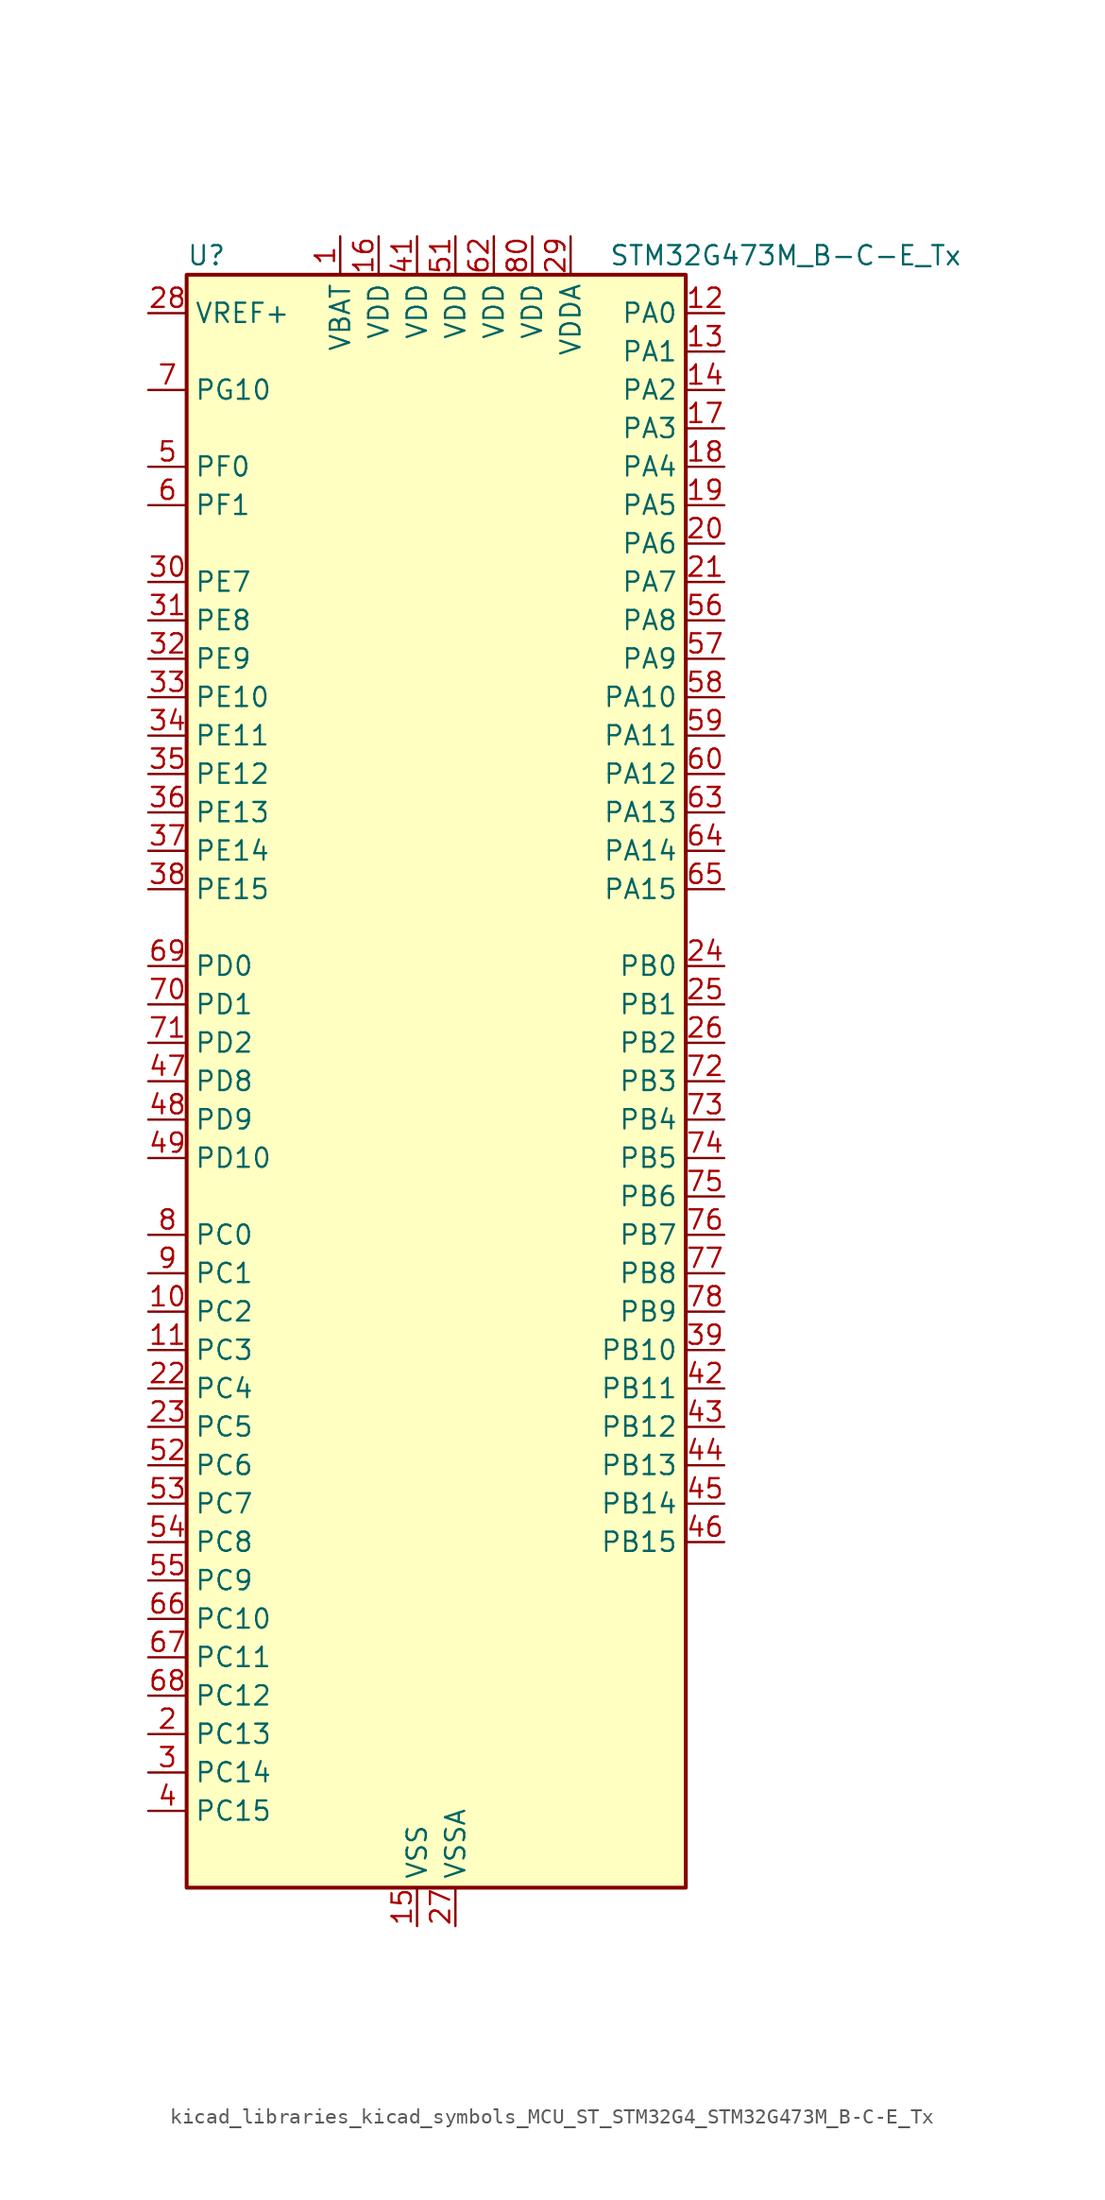
<source format=kicad_sym>
(kicad_symbol_lib
  (version 20220914)
  (generator kicad_symbol_editor)
  (symbol "kicad_libraries_kicad_symbols_MCU_ST_STM32G4_STM32G473M_B-C-E_Tx"
    (property "Reference" "U"
      (at -15.24 54.61 0)
      (effects (font (size 1.27 1.27)) (justify left)))
    (property "Value" "STM32G473M_B-C-E_Tx"
      (at 12.7 54.61 0)
      (effects (font (size 1.27 1.27)) (justify left)))
    (property "ki_locked" ""
      (at 0 0 0)
      (effects (font (size 1.27 1.27))))
    (symbol "kicad_libraries_kicad_symbols_MCU_ST_STM32G4_STM32G473M_B-C-E_Tx_0_1"
      (rectangle (start -15.24 -53.34) (end 17.78 53.34) (stroke (width 0.254) (type default)) (fill (type background))))
    (symbol "kicad_libraries_kicad_symbols_MCU_ST_STM32G4_STM32G473M_B-C-E_Tx_1_1"
      (pin power_in line (at -5.08 55.88 270) (length 2.54) (name "VBAT" (effects (font (size 1.27 1.27)))) (number "1" (effects (font (size 1.27 1.27)))))
      (pin bidirectional line (at -17.78 -15.24 0) (length 2.54) (name "PC2" (effects (font (size 1.27 1.27)))) (number "10" (effects (font (size 1.27 1.27)))) (alternate "ADC1_IN8" bidirectional line) (alternate "ADC2_IN8" bidirectional line) (alternate "ADC3_EXTI2" bidirectional line) (alternate "ADC4_EXTI2" bidirectional line) (alternate "ADC5_EXTI2" bidirectional line) (alternate "COMP3_OUT" bidirectional line) (alternate "LPTIM1_IN2" bidirectional line) (alternate "QUADSPI1_BK2_IO1" bidirectional line) (alternate "TIM1_CH3" bidirectional line) (alternate "TIM20_CH2" bidirectional line))
      (pin bidirectional line (at -17.78 -17.78 0) (length 2.54) (name "PC3" (effects (font (size 1.27 1.27)))) (number "11" (effects (font (size 1.27 1.27)))) (alternate "ADC1_IN9" bidirectional line) (alternate "ADC2_IN9" bidirectional line) (alternate "ADC3_EXTI3" bidirectional line) (alternate "ADC4_EXTI3" bidirectional line) (alternate "ADC5_EXTI3" bidirectional line) (alternate "LPTIM1_ETR" bidirectional line) (alternate "OPAMP5_VINP" bidirectional line) (alternate "OPAMP5_VINP_SEC" bidirectional line) (alternate "QUADSPI1_BK2_IO2" bidirectional line) (alternate "SAI1_D1" bidirectional line) (alternate "SAI1_SD_A" bidirectional line) (alternate "TIM1_BKIN2" bidirectional line) (alternate "TIM1_CH4" bidirectional line))
      (pin bidirectional line (at 20.32 50.8 180) (length 2.54) (name "PA0" (effects (font (size 1.27 1.27)))) (number "12" (effects (font (size 1.27 1.27)))) (alternate "ADC1_IN1" bidirectional line) (alternate "ADC2_IN1" bidirectional line) (alternate "COMP1_INM" bidirectional line) (alternate "COMP1_OUT" bidirectional line) (alternate "COMP3_INP" bidirectional line) (alternate "RTC_TAMP2" bidirectional line) (alternate "SYS_WKUP1" bidirectional line) (alternate "TIM2_CH1" bidirectional line) (alternate "TIM2_ETR" bidirectional line) (alternate "TIM5_CH1" bidirectional line) (alternate "TIM8_BKIN" bidirectional line) (alternate "TIM8_ETR" bidirectional line) (alternate "USART2_CTS" bidirectional line) (alternate "USART2_NSS" bidirectional line))
      (pin bidirectional line (at 20.32 48.26 180) (length 2.54) (name "PA1" (effects (font (size 1.27 1.27)))) (number "13" (effects (font (size 1.27 1.27)))) (alternate "ADC1_IN2" bidirectional line) (alternate "ADC2_IN2" bidirectional line) (alternate "COMP1_INP" bidirectional line) (alternate "OPAMP1_VINP" bidirectional line) (alternate "OPAMP1_VINP_SEC" bidirectional line) (alternate "OPAMP3_VINP" bidirectional line) (alternate "OPAMP3_VINP_SEC" bidirectional line) (alternate "OPAMP6_VINM" bidirectional line) (alternate "OPAMP6_VINM0" bidirectional line) (alternate "OPAMP6_VINM_SEC" bidirectional line) (alternate "RTC_REFIN" bidirectional line) (alternate "TIM15_CH1N" bidirectional line) (alternate "TIM2_CH2" bidirectional line) (alternate "TIM5_CH2" bidirectional line) (alternate "USART2_DE" bidirectional line) (alternate "USART2_RTS" bidirectional line))
      (pin bidirectional line (at 20.32 45.72 180) (length 2.54) (name "PA2" (effects (font (size 1.27 1.27)))) (number "14" (effects (font (size 1.27 1.27)))) (alternate "ADC1_IN3" bidirectional line) (alternate "ADC3_EXTI2" bidirectional line) (alternate "ADC4_EXTI2" bidirectional line) (alternate "ADC5_EXTI2" bidirectional line) (alternate "COMP2_INM" bidirectional line) (alternate "COMP2_OUT" bidirectional line) (alternate "LPUART1_TX" bidirectional line) (alternate "OPAMP1_VOUT" bidirectional line) (alternate "QUADSPI1_BK1_NCS" bidirectional line) (alternate "RCC_LSCO" bidirectional line) (alternate "SYS_WKUP4" bidirectional line) (alternate "TIM15_CH1" bidirectional line) (alternate "TIM2_CH3" bidirectional line) (alternate "TIM5_CH3" bidirectional line) (alternate "UCPD1_FRSTX1" bidirectional line) (alternate "UCPD1_FRSTX2" bidirectional line) (alternate "USART2_TX" bidirectional line))
      (pin power_in line (at 0 -55.88 90) (length 2.54) (name "VSS" (effects (font (size 1.27 1.27)))) (number "15" (effects (font (size 1.27 1.27)))))
      (pin power_in line (at -2.54 55.88 270) (length 2.54) (name "VDD" (effects (font (size 1.27 1.27)))) (number "16" (effects (font (size 1.27 1.27)))))
      (pin bidirectional line (at 20.32 43.18 180) (length 2.54) (name "PA3" (effects (font (size 1.27 1.27)))) (number "17" (effects (font (size 1.27 1.27)))) (alternate "ADC1_IN4" bidirectional line) (alternate "ADC3_EXTI3" bidirectional line) (alternate "ADC4_EXTI3" bidirectional line) (alternate "ADC5_EXTI3" bidirectional line) (alternate "COMP2_INP" bidirectional line) (alternate "LPUART1_RX" bidirectional line) (alternate "OPAMP1_VINM" bidirectional line) (alternate "OPAMP1_VINM0" bidirectional line) (alternate "OPAMP1_VINM_SEC" bidirectional line) (alternate "OPAMP1_VINP" bidirectional line) (alternate "OPAMP1_VINP_SEC" bidirectional line) (alternate "OPAMP5_VINM" bidirectional line) (alternate "OPAMP5_VINM1" bidirectional line) (alternate "OPAMP5_VINM_SEC" bidirectional line) (alternate "QUADSPI1_CLK" bidirectional line) (alternate "SAI1_CK1" bidirectional line) (alternate "SAI1_MCLK_A" bidirectional line) (alternate "TIM15_CH2" bidirectional line) (alternate "TIM2_CH4" bidirectional line) (alternate "TIM5_CH4" bidirectional line) (alternate "USART2_RX" bidirectional line))
      (pin bidirectional line (at 20.32 40.64 180) (length 2.54) (name "PA4" (effects (font (size 1.27 1.27)))) (number "18" (effects (font (size 1.27 1.27)))) (alternate "ADC2_IN17" bidirectional line) (alternate "COMP1_INM" bidirectional line) (alternate "DAC1_OUT1" bidirectional line) (alternate "I2S3_WS" bidirectional line) (alternate "SAI1_FS_B" bidirectional line) (alternate "SPI1_NSS" bidirectional line) (alternate "SPI3_NSS" bidirectional line) (alternate "TIM3_CH2" bidirectional line) (alternate "USART2_CK" bidirectional line))
      (pin bidirectional line (at 20.32 38.1 180) (length 2.54) (name "PA5" (effects (font (size 1.27 1.27)))) (number "19" (effects (font (size 1.27 1.27)))) (alternate "ADC2_IN13" bidirectional line) (alternate "COMP2_INM" bidirectional line) (alternate "DAC1_OUT2" bidirectional line) (alternate "OPAMP2_VINM" bidirectional line) (alternate "OPAMP2_VINM0" bidirectional line) (alternate "OPAMP2_VINM_SEC" bidirectional line) (alternate "SPI1_SCK" bidirectional line) (alternate "TIM2_CH1" bidirectional line) (alternate "TIM2_ETR" bidirectional line) (alternate "UCPD1_FRSTX1" bidirectional line) (alternate "UCPD1_FRSTX2" bidirectional line))
      (pin bidirectional line (at -17.78 -43.18 0) (length 2.54) (name "PC13" (effects (font (size 1.27 1.27)))) (number "2" (effects (font (size 1.27 1.27)))) (alternate "RTC_OUT1" bidirectional line) (alternate "RTC_TAMP1" bidirectional line) (alternate "RTC_TS" bidirectional line) (alternate "SYS_WKUP2" bidirectional line) (alternate "TIM1_BKIN" bidirectional line) (alternate "TIM1_CH1N" bidirectional line) (alternate "TIM8_CH4N" bidirectional line))
      (pin bidirectional line (at 20.32 35.56 180) (length 2.54) (name "PA6" (effects (font (size 1.27 1.27)))) (number "20" (effects (font (size 1.27 1.27)))) (alternate "ADC2_IN3" bidirectional line) (alternate "COMP1_OUT" bidirectional line) (alternate "DAC2_OUT1" bidirectional line) (alternate "LPUART1_CTS" bidirectional line) (alternate "OPAMP2_VOUT" bidirectional line) (alternate "QUADSPI1_BK1_IO3" bidirectional line) (alternate "SPI1_MISO" bidirectional line) (alternate "TIM16_CH1" bidirectional line) (alternate "TIM1_BKIN" bidirectional line) (alternate "TIM3_CH1" bidirectional line) (alternate "TIM8_BKIN" bidirectional line))
      (pin bidirectional line (at 20.32 33.02 180) (length 2.54) (name "PA7" (effects (font (size 1.27 1.27)))) (number "21" (effects (font (size 1.27 1.27)))) (alternate "ADC2_IN4" bidirectional line) (alternate "COMP2_INP" bidirectional line) (alternate "COMP2_OUT" bidirectional line) (alternate "OPAMP1_VINP" bidirectional line) (alternate "OPAMP1_VINP_SEC" bidirectional line) (alternate "OPAMP2_VINP" bidirectional line) (alternate "OPAMP2_VINP_SEC" bidirectional line) (alternate "QUADSPI1_BK1_IO2" bidirectional line) (alternate "SPI1_MOSI" bidirectional line) (alternate "TIM17_CH1" bidirectional line) (alternate "TIM1_CH1N" bidirectional line) (alternate "TIM3_CH2" bidirectional line) (alternate "TIM8_CH1N" bidirectional line) (alternate "UCPD1_FRSTX1" bidirectional line) (alternate "UCPD1_FRSTX2" bidirectional line))
      (pin bidirectional line (at -17.78 -20.32 0) (length 2.54) (name "PC4" (effects (font (size 1.27 1.27)))) (number "22" (effects (font (size 1.27 1.27)))) (alternate "ADC2_IN5" bidirectional line) (alternate "I2C2_SCL" bidirectional line) (alternate "QUADSPI1_BK2_IO3" bidirectional line) (alternate "TIM1_ETR" bidirectional line) (alternate "USART1_TX" bidirectional line))
      (pin bidirectional line (at -17.78 -22.86 0) (length 2.54) (name "PC5" (effects (font (size 1.27 1.27)))) (number "23" (effects (font (size 1.27 1.27)))) (alternate "ADC2_IN11" bidirectional line) (alternate "OPAMP1_VINM" bidirectional line) (alternate "OPAMP1_VINM1" bidirectional line) (alternate "OPAMP1_VINM_SEC" bidirectional line) (alternate "OPAMP2_VINM" bidirectional line) (alternate "OPAMP2_VINM1" bidirectional line) (alternate "OPAMP2_VINM_SEC" bidirectional line) (alternate "SAI1_D3" bidirectional line) (alternate "SYS_WKUP5" bidirectional line) (alternate "TIM15_BKIN" bidirectional line) (alternate "TIM1_CH4N" bidirectional line) (alternate "USART1_RX" bidirectional line))
      (pin bidirectional line (at 20.32 7.62 180) (length 2.54) (name "PB0" (effects (font (size 1.27 1.27)))) (number "24" (effects (font (size 1.27 1.27)))) (alternate "ADC1_IN15" bidirectional line) (alternate "ADC3_IN12" bidirectional line) (alternate "COMP4_INP" bidirectional line) (alternate "OPAMP2_VINP" bidirectional line) (alternate "OPAMP2_VINP_SEC" bidirectional line) (alternate "OPAMP3_VINP" bidirectional line) (alternate "OPAMP3_VINP_SEC" bidirectional line) (alternate "QUADSPI1_BK1_IO1" bidirectional line) (alternate "TIM1_CH2N" bidirectional line) (alternate "TIM3_CH3" bidirectional line) (alternate "TIM8_CH2N" bidirectional line) (alternate "UCPD1_FRSTX1" bidirectional line) (alternate "UCPD1_FRSTX2" bidirectional line))
      (pin bidirectional line (at 20.32 5.08 180) (length 2.54) (name "PB1" (effects (font (size 1.27 1.27)))) (number "25" (effects (font (size 1.27 1.27)))) (alternate "ADC1_IN12" bidirectional line) (alternate "ADC3_IN1" bidirectional line) (alternate "COMP1_INP" bidirectional line) (alternate "COMP4_OUT" bidirectional line) (alternate "LPUART1_DE" bidirectional line) (alternate "LPUART1_RTS" bidirectional line) (alternate "OPAMP3_VOUT" bidirectional line) (alternate "OPAMP6_VINM" bidirectional line) (alternate "OPAMP6_VINM1" bidirectional line) (alternate "OPAMP6_VINM_SEC" bidirectional line) (alternate "QUADSPI1_BK1_IO0" bidirectional line) (alternate "TIM1_CH3N" bidirectional line) (alternate "TIM3_CH4" bidirectional line) (alternate "TIM8_CH3N" bidirectional line))
      (pin bidirectional line (at 20.32 2.54 180) (length 2.54) (name "PB2" (effects (font (size 1.27 1.27)))) (number "26" (effects (font (size 1.27 1.27)))) (alternate "ADC2_IN12" bidirectional line) (alternate "ADC3_EXTI2" bidirectional line) (alternate "ADC4_EXTI2" bidirectional line) (alternate "ADC5_EXTI2" bidirectional line) (alternate "COMP4_INM" bidirectional line) (alternate "I2C3_SMBA" bidirectional line) (alternate "LPTIM1_OUT" bidirectional line) (alternate "OPAMP3_VINM" bidirectional line) (alternate "OPAMP3_VINM0" bidirectional line) (alternate "OPAMP3_VINM_SEC" bidirectional line) (alternate "QUADSPI1_BK2_IO1" bidirectional line) (alternate "RTC_OUT2" bidirectional line) (alternate "TIM20_CH1" bidirectional line) (alternate "TIM5_CH1" bidirectional line))
      (pin power_in line (at 2.54 -55.88 90) (length 2.54) (name "VSSA" (effects (font (size 1.27 1.27)))) (number "27" (effects (font (size 1.27 1.27)))))
      (pin input line (at -17.78 50.8 0) (length 2.54) (name "VREF+" (effects (font (size 1.27 1.27)))) (number "28" (effects (font (size 1.27 1.27)))) (alternate "VREFBUF_OUT" bidirectional line))
      (pin power_in line (at 10.16 55.88 270) (length 2.54) (name "VDDA" (effects (font (size 1.27 1.27)))) (number "29" (effects (font (size 1.27 1.27)))))
      (pin bidirectional line (at -17.78 -45.72 0) (length 2.54) (name "PC14" (effects (font (size 1.27 1.27)))) (number "3" (effects (font (size 1.27 1.27)))) (alternate "RCC_OSC32_IN" bidirectional line))
      (pin bidirectional line (at -17.78 33.02 0) (length 2.54) (name "PE7" (effects (font (size 1.27 1.27)))) (number "30" (effects (font (size 1.27 1.27)))) (alternate "ADC3_IN4" bidirectional line) (alternate "COMP4_INP" bidirectional line) (alternate "SAI1_SD_B" bidirectional line) (alternate "TIM1_ETR" bidirectional line))
      (pin bidirectional line (at -17.78 30.48 0) (length 2.54) (name "PE8" (effects (font (size 1.27 1.27)))) (number "31" (effects (font (size 1.27 1.27)))) (alternate "ADC3_IN6" bidirectional line) (alternate "ADC4_IN6" bidirectional line) (alternate "ADC5_IN6" bidirectional line) (alternate "COMP4_INM" bidirectional line) (alternate "SAI1_SCK_B" bidirectional line) (alternate "TIM1_CH1N" bidirectional line) (alternate "TIM5_CH3" bidirectional line))
      (pin bidirectional line (at -17.78 27.94 0) (length 2.54) (name "PE9" (effects (font (size 1.27 1.27)))) (number "32" (effects (font (size 1.27 1.27)))) (alternate "ADC3_IN2" bidirectional line) (alternate "DAC1_EXTI9" bidirectional line) (alternate "DAC2_EXTI9" bidirectional line) (alternate "DAC3_EXTI9" bidirectional line) (alternate "DAC4_EXTI9" bidirectional line) (alternate "SAI1_FS_B" bidirectional line) (alternate "TIM1_CH1" bidirectional line) (alternate "TIM5_CH4" bidirectional line))
      (pin bidirectional line (at -17.78 25.4 0) (length 2.54) (name "PE10" (effects (font (size 1.27 1.27)))) (number "33" (effects (font (size 1.27 1.27)))) (alternate "ADC3_IN14" bidirectional line) (alternate "ADC4_IN14" bidirectional line) (alternate "ADC5_IN14" bidirectional line) (alternate "DAC1_EXTI10" bidirectional line) (alternate "DAC2_EXTI10" bidirectional line) (alternate "DAC3_EXTI10" bidirectional line) (alternate "DAC4_EXTI10" bidirectional line) (alternate "QUADSPI1_CLK" bidirectional line) (alternate "SAI1_MCLK_B" bidirectional line) (alternate "TIM1_CH2N" bidirectional line))
      (pin bidirectional line (at -17.78 22.86 0) (length 2.54) (name "PE11" (effects (font (size 1.27 1.27)))) (number "34" (effects (font (size 1.27 1.27)))) (alternate "ADC1_EXTI11" bidirectional line) (alternate "ADC2_EXTI11" bidirectional line) (alternate "ADC3_IN15" bidirectional line) (alternate "ADC4_IN15" bidirectional line) (alternate "ADC5_IN15" bidirectional line) (alternate "QUADSPI1_BK1_NCS" bidirectional line) (alternate "SPI4_NSS" bidirectional line) (alternate "TIM1_CH2" bidirectional line))
      (pin bidirectional line (at -17.78 20.32 0) (length 2.54) (name "PE12" (effects (font (size 1.27 1.27)))) (number "35" (effects (font (size 1.27 1.27)))) (alternate "ADC3_IN16" bidirectional line) (alternate "ADC4_IN16" bidirectional line) (alternate "ADC5_IN16" bidirectional line) (alternate "QUADSPI1_BK1_IO0" bidirectional line) (alternate "SPI4_SCK" bidirectional line) (alternate "TIM1_CH3N" bidirectional line))
      (pin bidirectional line (at -17.78 17.78 0) (length 2.54) (name "PE13" (effects (font (size 1.27 1.27)))) (number "36" (effects (font (size 1.27 1.27)))) (alternate "ADC3_IN3" bidirectional line) (alternate "QUADSPI1_BK1_IO1" bidirectional line) (alternate "SPI4_MISO" bidirectional line) (alternate "TIM1_CH3" bidirectional line))
      (pin bidirectional line (at -17.78 15.24 0) (length 2.54) (name "PE14" (effects (font (size 1.27 1.27)))) (number "37" (effects (font (size 1.27 1.27)))) (alternate "ADC4_IN1" bidirectional line) (alternate "QUADSPI1_BK1_IO2" bidirectional line) (alternate "SPI4_MOSI" bidirectional line) (alternate "TIM1_BKIN2" bidirectional line) (alternate "TIM1_CH4" bidirectional line))
      (pin bidirectional line (at -17.78 12.7 0) (length 2.54) (name "PE15" (effects (font (size 1.27 1.27)))) (number "38" (effects (font (size 1.27 1.27)))) (alternate "ADC1_EXTI15" bidirectional line) (alternate "ADC2_EXTI15" bidirectional line) (alternate "ADC4_IN2" bidirectional line) (alternate "QUADSPI1_BK1_IO3" bidirectional line) (alternate "TIM1_BKIN" bidirectional line) (alternate "TIM1_CH4N" bidirectional line) (alternate "USART3_RX" bidirectional line))
      (pin bidirectional line (at 20.32 -17.78 180) (length 2.54) (name "PB10" (effects (font (size 1.27 1.27)))) (number "39" (effects (font (size 1.27 1.27)))) (alternate "COMP5_INM" bidirectional line) (alternate "DAC1_EXTI10" bidirectional line) (alternate "DAC2_EXTI10" bidirectional line) (alternate "DAC3_EXTI10" bidirectional line) (alternate "DAC4_EXTI10" bidirectional line) (alternate "LPUART1_RX" bidirectional line) (alternate "OPAMP3_VINM" bidirectional line) (alternate "OPAMP3_VINM1" bidirectional line) (alternate "OPAMP3_VINM_SEC" bidirectional line) (alternate "OPAMP4_VINM" bidirectional line) (alternate "OPAMP4_VINM0" bidirectional line) (alternate "OPAMP4_VINM_SEC" bidirectional line) (alternate "QUADSPI1_CLK" bidirectional line) (alternate "SAI1_SCK_A" bidirectional line) (alternate "TIM1_BKIN" bidirectional line) (alternate "TIM2_CH3" bidirectional line) (alternate "USART3_TX" bidirectional line))
      (pin bidirectional line (at -17.78 -48.26 0) (length 2.54) (name "PC15" (effects (font (size 1.27 1.27)))) (number "4" (effects (font (size 1.27 1.27)))) (alternate "ADC1_EXTI15" bidirectional line) (alternate "ADC2_EXTI15" bidirectional line) (alternate "RCC_OSC32_OUT" bidirectional line))
      (pin passive line (at 0 -55.88 90) (length 2.54) hide (name "VSS" (effects (font (size 1.27 1.27)))) (number "40" (effects (font (size 1.27 1.27)))))
      (pin power_in line (at 0 55.88 270) (length 2.54) (name "VDD" (effects (font (size 1.27 1.27)))) (number "41" (effects (font (size 1.27 1.27)))))
      (pin bidirectional line (at 20.32 -20.32 180) (length 2.54) (name "PB11" (effects (font (size 1.27 1.27)))) (number "42" (effects (font (size 1.27 1.27)))) (alternate "ADC1_EXTI11" bidirectional line) (alternate "ADC1_IN14" bidirectional line) (alternate "ADC2_EXTI11" bidirectional line) (alternate "ADC2_IN14" bidirectional line) (alternate "COMP6_INP" bidirectional line) (alternate "LPUART1_TX" bidirectional line) (alternate "OPAMP4_VINP" bidirectional line) (alternate "OPAMP4_VINP_SEC" bidirectional line) (alternate "OPAMP6_VOUT" bidirectional line) (alternate "QUADSPI1_BK1_NCS" bidirectional line) (alternate "TIM2_CH4" bidirectional line) (alternate "USART3_RX" bidirectional line))
      (pin bidirectional line (at 20.32 -22.86 180) (length 2.54) (name "PB12" (effects (font (size 1.27 1.27)))) (number "43" (effects (font (size 1.27 1.27)))) (alternate "ADC1_IN11" bidirectional line) (alternate "ADC4_IN3" bidirectional line) (alternate "COMP7_INM" bidirectional line) (alternate "FDCAN2_RX" bidirectional line) (alternate "I2C2_SMBA" bidirectional line) (alternate "I2S2_WS" bidirectional line) (alternate "LPUART1_DE" bidirectional line) (alternate "LPUART1_RTS" bidirectional line) (alternate "OPAMP4_VOUT" bidirectional line) (alternate "OPAMP6_VINP" bidirectional line) (alternate "OPAMP6_VINP_SEC" bidirectional line) (alternate "SPI2_NSS" bidirectional line) (alternate "TIM1_BKIN" bidirectional line) (alternate "TIM5_ETR" bidirectional line) (alternate "USART3_CK" bidirectional line))
      (pin bidirectional line (at 20.32 -25.4 180) (length 2.54) (name "PB13" (effects (font (size 1.27 1.27)))) (number "44" (effects (font (size 1.27 1.27)))) (alternate "ADC3_IN5" bidirectional line) (alternate "COMP5_INP" bidirectional line) (alternate "FDCAN2_TX" bidirectional line) (alternate "I2S2_CK" bidirectional line) (alternate "LPUART1_CTS" bidirectional line) (alternate "OPAMP3_VINP" bidirectional line) (alternate "OPAMP3_VINP_SEC" bidirectional line) (alternate "OPAMP4_VINP" bidirectional line) (alternate "OPAMP4_VINP_SEC" bidirectional line) (alternate "OPAMP6_VINP" bidirectional line) (alternate "OPAMP6_VINP_SEC" bidirectional line) (alternate "SPI2_SCK" bidirectional line) (alternate "TIM1_CH1N" bidirectional line) (alternate "USART3_CTS" bidirectional line) (alternate "USART3_NSS" bidirectional line))
      (pin bidirectional line (at 20.32 -27.94 180) (length 2.54) (name "PB14" (effects (font (size 1.27 1.27)))) (number "45" (effects (font (size 1.27 1.27)))) (alternate "ADC1_IN5" bidirectional line) (alternate "ADC4_IN4" bidirectional line) (alternate "COMP4_OUT" bidirectional line) (alternate "COMP7_INP" bidirectional line) (alternate "OPAMP2_VINP" bidirectional line) (alternate "OPAMP2_VINP_SEC" bidirectional line) (alternate "OPAMP5_VINP" bidirectional line) (alternate "OPAMP5_VINP_SEC" bidirectional line) (alternate "SPI2_MISO" bidirectional line) (alternate "TIM15_CH1" bidirectional line) (alternate "TIM1_CH2N" bidirectional line) (alternate "USART3_DE" bidirectional line) (alternate "USART3_RTS" bidirectional line))
      (pin bidirectional line (at 20.32 -30.48 180) (length 2.54) (name "PB15" (effects (font (size 1.27 1.27)))) (number "46" (effects (font (size 1.27 1.27)))) (alternate "ADC1_EXTI15" bidirectional line) (alternate "ADC2_EXTI15" bidirectional line) (alternate "ADC2_IN15" bidirectional line) (alternate "ADC4_IN5" bidirectional line) (alternate "COMP3_OUT" bidirectional line) (alternate "COMP6_INM" bidirectional line) (alternate "I2S2_SD" bidirectional line) (alternate "OPAMP5_VINM" bidirectional line) (alternate "OPAMP5_VINM0" bidirectional line) (alternate "OPAMP5_VINM_SEC" bidirectional line) (alternate "RTC_REFIN" bidirectional line) (alternate "SPI2_MOSI" bidirectional line) (alternate "TIM15_CH1N" bidirectional line) (alternate "TIM15_CH2" bidirectional line) (alternate "TIM1_CH3N" bidirectional line))
      (pin bidirectional line (at -17.78 0 0) (length 2.54) (name "PD8" (effects (font (size 1.27 1.27)))) (number "47" (effects (font (size 1.27 1.27)))) (alternate "ADC4_IN12" bidirectional line) (alternate "ADC5_IN12" bidirectional line) (alternate "OPAMP4_VINM" bidirectional line) (alternate "OPAMP4_VINM1" bidirectional line) (alternate "OPAMP4_VINM_SEC" bidirectional line) (alternate "USART3_TX" bidirectional line))
      (pin bidirectional line (at -17.78 -2.54 0) (length 2.54) (name "PD9" (effects (font (size 1.27 1.27)))) (number "48" (effects (font (size 1.27 1.27)))) (alternate "ADC4_IN13" bidirectional line) (alternate "ADC5_IN13" bidirectional line) (alternate "DAC1_EXTI9" bidirectional line) (alternate "DAC2_EXTI9" bidirectional line) (alternate "DAC3_EXTI9" bidirectional line) (alternate "DAC4_EXTI9" bidirectional line) (alternate "OPAMP6_VINP" bidirectional line) (alternate "OPAMP6_VINP_SEC" bidirectional line) (alternate "USART3_RX" bidirectional line))
      (pin bidirectional line (at -17.78 -5.08 0) (length 2.54) (name "PD10" (effects (font (size 1.27 1.27)))) (number "49" (effects (font (size 1.27 1.27)))) (alternate "ADC3_IN7" bidirectional line) (alternate "ADC4_IN7" bidirectional line) (alternate "ADC5_IN7" bidirectional line) (alternate "COMP6_INM" bidirectional line) (alternate "DAC1_EXTI10" bidirectional line) (alternate "DAC2_EXTI10" bidirectional line) (alternate "DAC3_EXTI10" bidirectional line) (alternate "DAC4_EXTI10" bidirectional line) (alternate "USART3_CK" bidirectional line))
      (pin bidirectional line (at -17.78 40.64 0) (length 2.54) (name "PF0" (effects (font (size 1.27 1.27)))) (number "5" (effects (font (size 1.27 1.27)))) (alternate "ADC1_IN10" bidirectional line) (alternate "I2C2_SDA" bidirectional line) (alternate "I2S2_WS" bidirectional line) (alternate "RCC_OSC_IN" bidirectional line) (alternate "SPI2_NSS" bidirectional line) (alternate "TIM1_CH3N" bidirectional line))
      (pin passive line (at 0 -55.88 90) (length 2.54) hide (name "VSS" (effects (font (size 1.27 1.27)))) (number "50" (effects (font (size 1.27 1.27)))))
      (pin power_in line (at 2.54 55.88 270) (length 2.54) (name "VDD" (effects (font (size 1.27 1.27)))) (number "51" (effects (font (size 1.27 1.27)))))
      (pin bidirectional line (at -17.78 -25.4 0) (length 2.54) (name "PC6" (effects (font (size 1.27 1.27)))) (number "52" (effects (font (size 1.27 1.27)))) (alternate "COMP6_OUT" bidirectional line) (alternate "I2C4_SCL" bidirectional line) (alternate "I2S2_MCK" bidirectional line) (alternate "TIM3_CH1" bidirectional line) (alternate "TIM8_CH1" bidirectional line))
      (pin bidirectional line (at -17.78 -27.94 0) (length 2.54) (name "PC7" (effects (font (size 1.27 1.27)))) (number "53" (effects (font (size 1.27 1.27)))) (alternate "COMP5_OUT" bidirectional line) (alternate "I2C4_SDA" bidirectional line) (alternate "I2S3_MCK" bidirectional line) (alternate "TIM3_CH2" bidirectional line) (alternate "TIM8_CH2" bidirectional line))
      (pin bidirectional line (at -17.78 -30.48 0) (length 2.54) (name "PC8" (effects (font (size 1.27 1.27)))) (number "54" (effects (font (size 1.27 1.27)))) (alternate "COMP7_OUT" bidirectional line) (alternate "I2C3_SCL" bidirectional line) (alternate "TIM20_CH3" bidirectional line) (alternate "TIM3_CH3" bidirectional line) (alternate "TIM8_CH3" bidirectional line))
      (pin bidirectional line (at -17.78 -33.02 0) (length 2.54) (name "PC9" (effects (font (size 1.27 1.27)))) (number "55" (effects (font (size 1.27 1.27)))) (alternate "DAC1_EXTI9" bidirectional line) (alternate "DAC2_EXTI9" bidirectional line) (alternate "DAC3_EXTI9" bidirectional line) (alternate "DAC4_EXTI9" bidirectional line) (alternate "I2C3_SDA" bidirectional line) (alternate "I2S_CKIN" bidirectional line) (alternate "TIM3_CH4" bidirectional line) (alternate "TIM8_BKIN2" bidirectional line) (alternate "TIM8_CH4" bidirectional line))
      (pin bidirectional line (at 20.32 30.48 180) (length 2.54) (name "PA8" (effects (font (size 1.27 1.27)))) (number "56" (effects (font (size 1.27 1.27)))) (alternate "ADC5_IN1" bidirectional line) (alternate "COMP7_OUT" bidirectional line) (alternate "FDCAN3_RX" bidirectional line) (alternate "I2C2_SDA" bidirectional line) (alternate "I2C3_SCL" bidirectional line) (alternate "I2S2_MCK" bidirectional line) (alternate "OPAMP5_VOUT" bidirectional line) (alternate "RCC_MCO" bidirectional line) (alternate "SAI1_CK2" bidirectional line) (alternate "SAI1_SCK_A" bidirectional line) (alternate "TIM1_CH1" bidirectional line) (alternate "TIM4_ETR" bidirectional line) (alternate "USART1_CK" bidirectional line))
      (pin bidirectional line (at 20.32 27.94 180) (length 2.54) (name "PA9" (effects (font (size 1.27 1.27)))) (number "57" (effects (font (size 1.27 1.27)))) (alternate "ADC5_IN2" bidirectional line) (alternate "COMP5_OUT" bidirectional line) (alternate "DAC1_EXTI9" bidirectional line) (alternate "DAC2_EXTI9" bidirectional line) (alternate "DAC3_EXTI9" bidirectional line) (alternate "DAC4_EXTI9" bidirectional line) (alternate "I2C2_SCL" bidirectional line) (alternate "I2C3_SMBA" bidirectional line) (alternate "I2S3_MCK" bidirectional line) (alternate "SAI1_FS_A" bidirectional line) (alternate "TIM15_BKIN" bidirectional line) (alternate "TIM1_CH2" bidirectional line) (alternate "TIM2_CH3" bidirectional line) (alternate "UCPD1_DBCC1" bidirectional line) (alternate "USART1_TX" bidirectional line))
      (pin bidirectional line (at 20.32 25.4 180) (length 2.54) (name "PA10" (effects (font (size 1.27 1.27)))) (number "58" (effects (font (size 1.27 1.27)))) (alternate "COMP6_OUT" bidirectional line) (alternate "CRS_SYNC" bidirectional line) (alternate "DAC1_EXTI10" bidirectional line) (alternate "DAC2_EXTI10" bidirectional line) (alternate "DAC3_EXTI10" bidirectional line) (alternate "DAC4_EXTI10" bidirectional line) (alternate "I2C2_SMBA" bidirectional line) (alternate "SAI1_D1" bidirectional line) (alternate "SAI1_SD_A" bidirectional line) (alternate "SPI2_MISO" bidirectional line) (alternate "TIM17_BKIN" bidirectional line) (alternate "TIM1_CH3" bidirectional line) (alternate "TIM2_CH4" bidirectional line) (alternate "TIM8_BKIN" bidirectional line) (alternate "UCPD1_DBCC2" bidirectional line) (alternate "USART1_RX" bidirectional line))
      (pin bidirectional line (at 20.32 22.86 180) (length 2.54) (name "PA11" (effects (font (size 1.27 1.27)))) (number "59" (effects (font (size 1.27 1.27)))) (alternate "ADC1_EXTI11" bidirectional line) (alternate "ADC2_EXTI11" bidirectional line) (alternate "COMP1_OUT" bidirectional line) (alternate "FDCAN1_RX" bidirectional line) (alternate "I2S2_SD" bidirectional line) (alternate "SPI2_MOSI" bidirectional line) (alternate "TIM1_BKIN2" bidirectional line) (alternate "TIM1_CH1N" bidirectional line) (alternate "TIM1_CH4" bidirectional line) (alternate "TIM4_CH1" bidirectional line) (alternate "USART1_CTS" bidirectional line) (alternate "USART1_NSS" bidirectional line) (alternate "USB_DM" bidirectional line))
      (pin bidirectional line (at -17.78 38.1 0) (length 2.54) (name "PF1" (effects (font (size 1.27 1.27)))) (number "6" (effects (font (size 1.27 1.27)))) (alternate "ADC2_IN10" bidirectional line) (alternate "COMP3_INM" bidirectional line) (alternate "I2S2_CK" bidirectional line) (alternate "RCC_OSC_OUT" bidirectional line) (alternate "SPI2_SCK" bidirectional line))
      (pin bidirectional line (at 20.32 20.32 180) (length 2.54) (name "PA12" (effects (font (size 1.27 1.27)))) (number "60" (effects (font (size 1.27 1.27)))) (alternate "COMP2_OUT" bidirectional line) (alternate "FDCAN1_TX" bidirectional line) (alternate "I2S_CKIN" bidirectional line) (alternate "TIM16_CH1" bidirectional line) (alternate "TIM1_CH2N" bidirectional line) (alternate "TIM1_ETR" bidirectional line) (alternate "TIM4_CH2" bidirectional line) (alternate "USART1_DE" bidirectional line) (alternate "USART1_RTS" bidirectional line) (alternate "USB_DP" bidirectional line))
      (pin passive line (at 0 -55.88 90) (length 2.54) hide (name "VSS" (effects (font (size 1.27 1.27)))) (number "61" (effects (font (size 1.27 1.27)))))
      (pin power_in line (at 5.08 55.88 270) (length 2.54) (name "VDD" (effects (font (size 1.27 1.27)))) (number "62" (effects (font (size 1.27 1.27)))))
      (pin bidirectional line (at 20.32 17.78 180) (length 2.54) (name "PA13" (effects (font (size 1.27 1.27)))) (number "63" (effects (font (size 1.27 1.27)))) (alternate "I2C1_SCL" bidirectional line) (alternate "I2C4_SCL" bidirectional line) (alternate "IR_OUT" bidirectional line) (alternate "SAI1_SD_B" bidirectional line) (alternate "SYS_JTMS-SWDIO" bidirectional line) (alternate "TIM16_CH1N" bidirectional line) (alternate "TIM4_CH3" bidirectional line) (alternate "USART3_CTS" bidirectional line) (alternate "USART3_NSS" bidirectional line))
      (pin bidirectional line (at 20.32 15.24 180) (length 2.54) (name "PA14" (effects (font (size 1.27 1.27)))) (number "64" (effects (font (size 1.27 1.27)))) (alternate "I2C1_SDA" bidirectional line) (alternate "I2C4_SMBA" bidirectional line) (alternate "LPTIM1_OUT" bidirectional line) (alternate "SAI1_FS_B" bidirectional line) (alternate "SYS_JTCK-SWCLK" bidirectional line) (alternate "TIM1_BKIN" bidirectional line) (alternate "TIM8_CH2" bidirectional line) (alternate "USART2_TX" bidirectional line))
      (pin bidirectional line (at 20.32 12.7 180) (length 2.54) (name "PA15" (effects (font (size 1.27 1.27)))) (number "65" (effects (font (size 1.27 1.27)))) (alternate "ADC1_EXTI15" bidirectional line) (alternate "ADC2_EXTI15" bidirectional line) (alternate "FDCAN3_TX" bidirectional line) (alternate "I2C1_SCL" bidirectional line) (alternate "I2S3_WS" bidirectional line) (alternate "SPI1_NSS" bidirectional line) (alternate "SPI3_NSS" bidirectional line) (alternate "SYS_JTDI" bidirectional line) (alternate "TIM1_BKIN" bidirectional line) (alternate "TIM2_CH1" bidirectional line) (alternate "TIM2_ETR" bidirectional line) (alternate "TIM8_CH1" bidirectional line) (alternate "UART4_DE" bidirectional line) (alternate "UART4_RTS" bidirectional line) (alternate "USART2_RX" bidirectional line))
      (pin bidirectional line (at -17.78 -35.56 0) (length 2.54) (name "PC10" (effects (font (size 1.27 1.27)))) (number "66" (effects (font (size 1.27 1.27)))) (alternate "DAC1_EXTI10" bidirectional line) (alternate "DAC2_EXTI10" bidirectional line) (alternate "DAC3_EXTI10" bidirectional line) (alternate "DAC4_EXTI10" bidirectional line) (alternate "I2S3_CK" bidirectional line) (alternate "SPI3_SCK" bidirectional line) (alternate "TIM8_CH1N" bidirectional line) (alternate "UART4_TX" bidirectional line) (alternate "USART3_TX" bidirectional line))
      (pin bidirectional line (at -17.78 -38.1 0) (length 2.54) (name "PC11" (effects (font (size 1.27 1.27)))) (number "67" (effects (font (size 1.27 1.27)))) (alternate "ADC1_EXTI11" bidirectional line) (alternate "ADC2_EXTI11" bidirectional line) (alternate "I2C3_SDA" bidirectional line) (alternate "SPI3_MISO" bidirectional line) (alternate "TIM8_CH2N" bidirectional line) (alternate "UART4_RX" bidirectional line) (alternate "USART3_RX" bidirectional line))
      (pin bidirectional line (at -17.78 -40.64 0) (length 2.54) (name "PC12" (effects (font (size 1.27 1.27)))) (number "68" (effects (font (size 1.27 1.27)))) (alternate "I2S3_SD" bidirectional line) (alternate "SPI3_MOSI" bidirectional line) (alternate "TIM5_CH2" bidirectional line) (alternate "TIM8_CH3N" bidirectional line) (alternate "UART5_TX" bidirectional line) (alternate "UCPD1_FRSTX1" bidirectional line) (alternate "UCPD1_FRSTX2" bidirectional line) (alternate "USART3_CK" bidirectional line))
      (pin bidirectional line (at -17.78 7.62 0) (length 2.54) (name "PD0" (effects (font (size 1.27 1.27)))) (number "69" (effects (font (size 1.27 1.27)))) (alternate "FDCAN1_RX" bidirectional line) (alternate "TIM8_CH4N" bidirectional line))
      (pin bidirectional line (at -17.78 45.72 0) (length 2.54) (name "PG10" (effects (font (size 1.27 1.27)))) (number "7" (effects (font (size 1.27 1.27)))) (alternate "DAC1_EXTI10" bidirectional line) (alternate "DAC2_EXTI10" bidirectional line) (alternate "DAC3_EXTI10" bidirectional line) (alternate "DAC4_EXTI10" bidirectional line) (alternate "RCC_MCO" bidirectional line))
      (pin bidirectional line (at -17.78 5.08 0) (length 2.54) (name "PD1" (effects (font (size 1.27 1.27)))) (number "70" (effects (font (size 1.27 1.27)))) (alternate "FDCAN1_TX" bidirectional line) (alternate "TIM8_BKIN2" bidirectional line) (alternate "TIM8_CH4" bidirectional line))
      (pin bidirectional line (at -17.78 2.54 0) (length 2.54) (name "PD2" (effects (font (size 1.27 1.27)))) (number "71" (effects (font (size 1.27 1.27)))) (alternate "ADC3_EXTI2" bidirectional line) (alternate "ADC4_EXTI2" bidirectional line) (alternate "ADC5_EXTI2" bidirectional line) (alternate "TIM3_ETR" bidirectional line) (alternate "TIM8_BKIN" bidirectional line) (alternate "UART5_RX" bidirectional line))
      (pin bidirectional line (at 20.32 0 180) (length 2.54) (name "PB3" (effects (font (size 1.27 1.27)))) (number "72" (effects (font (size 1.27 1.27)))) (alternate "ADC3_EXTI3" bidirectional line) (alternate "ADC4_EXTI3" bidirectional line) (alternate "ADC5_EXTI3" bidirectional line) (alternate "CRS_SYNC" bidirectional line) (alternate "FDCAN3_RX" bidirectional line) (alternate "I2S3_CK" bidirectional line) (alternate "SAI1_SCK_B" bidirectional line) (alternate "SPI1_SCK" bidirectional line) (alternate "SPI3_SCK" bidirectional line) (alternate "SYS_JTDO-SWO" bidirectional line) (alternate "TIM2_CH2" bidirectional line) (alternate "TIM3_ETR" bidirectional line) (alternate "TIM4_ETR" bidirectional line) (alternate "TIM8_CH1N" bidirectional line) (alternate "USART2_TX" bidirectional line))
      (pin bidirectional line (at 20.32 -2.54 180) (length 2.54) (name "PB4" (effects (font (size 1.27 1.27)))) (number "73" (effects (font (size 1.27 1.27)))) (alternate "FDCAN3_TX" bidirectional line) (alternate "SAI1_MCLK_B" bidirectional line) (alternate "SPI1_MISO" bidirectional line) (alternate "SPI3_MISO" bidirectional line) (alternate "SYS_JTRST" bidirectional line) (alternate "TIM16_CH1" bidirectional line) (alternate "TIM17_BKIN" bidirectional line) (alternate "TIM3_CH1" bidirectional line) (alternate "TIM8_CH2N" bidirectional line) (alternate "UART5_DE" bidirectional line) (alternate "UART5_RTS" bidirectional line) (alternate "UCPD1_CC2" bidirectional line) (alternate "USART2_RX" bidirectional line))
      (pin bidirectional line (at 20.32 -5.08 180) (length 2.54) (name "PB5" (effects (font (size 1.27 1.27)))) (number "74" (effects (font (size 1.27 1.27)))) (alternate "FDCAN2_RX" bidirectional line) (alternate "I2C1_SMBA" bidirectional line) (alternate "I2C3_SDA" bidirectional line) (alternate "I2S3_SD" bidirectional line) (alternate "LPTIM1_IN1" bidirectional line) (alternate "SAI1_SD_B" bidirectional line) (alternate "SPI1_MOSI" bidirectional line) (alternate "SPI3_MOSI" bidirectional line) (alternate "TIM16_BKIN" bidirectional line) (alternate "TIM17_CH1" bidirectional line) (alternate "TIM3_CH2" bidirectional line) (alternate "TIM8_CH3N" bidirectional line) (alternate "UART5_CTS" bidirectional line) (alternate "USART2_CK" bidirectional line))
      (pin bidirectional line (at 20.32 -7.62 180) (length 2.54) (name "PB6" (effects (font (size 1.27 1.27)))) (number "75" (effects (font (size 1.27 1.27)))) (alternate "COMP4_OUT" bidirectional line) (alternate "FDCAN2_TX" bidirectional line) (alternate "LPTIM1_ETR" bidirectional line) (alternate "SAI1_FS_B" bidirectional line) (alternate "TIM16_CH1N" bidirectional line) (alternate "TIM4_CH1" bidirectional line) (alternate "TIM8_BKIN2" bidirectional line) (alternate "TIM8_CH1" bidirectional line) (alternate "TIM8_ETR" bidirectional line) (alternate "UCPD1_CC1" bidirectional line) (alternate "USART1_TX" bidirectional line))
      (pin bidirectional line (at 20.32 -10.16 180) (length 2.54) (name "PB7" (effects (font (size 1.27 1.27)))) (number "76" (effects (font (size 1.27 1.27)))) (alternate "COMP3_OUT" bidirectional line) (alternate "I2C1_SDA" bidirectional line) (alternate "I2C4_SDA" bidirectional line) (alternate "LPTIM1_IN2" bidirectional line) (alternate "SYS_PVD_IN" bidirectional line) (alternate "TIM17_CH1N" bidirectional line) (alternate "TIM3_CH4" bidirectional line) (alternate "TIM4_CH2" bidirectional line) (alternate "TIM8_BKIN" bidirectional line) (alternate "UART4_CTS" bidirectional line) (alternate "USART1_RX" bidirectional line))
      (pin bidirectional line (at 20.32 -12.7 180) (length 2.54) (name "PB8" (effects (font (size 1.27 1.27)))) (number "77" (effects (font (size 1.27 1.27)))) (alternate "COMP1_OUT" bidirectional line) (alternate "FDCAN1_RX" bidirectional line) (alternate "I2C1_SCL" bidirectional line) (alternate "SAI1_CK1" bidirectional line) (alternate "SAI1_MCLK_A" bidirectional line) (alternate "TIM16_CH1" bidirectional line) (alternate "TIM1_BKIN" bidirectional line) (alternate "TIM4_CH3" bidirectional line) (alternate "TIM8_CH2" bidirectional line) (alternate "USART3_RX" bidirectional line))
      (pin bidirectional line (at 20.32 -15.24 180) (length 2.54) (name "PB9" (effects (font (size 1.27 1.27)))) (number "78" (effects (font (size 1.27 1.27)))) (alternate "COMP2_OUT" bidirectional line) (alternate "DAC1_EXTI9" bidirectional line) (alternate "DAC2_EXTI9" bidirectional line) (alternate "DAC3_EXTI9" bidirectional line) (alternate "DAC4_EXTI9" bidirectional line) (alternate "FDCAN1_TX" bidirectional line) (alternate "I2C1_SDA" bidirectional line) (alternate "IR_OUT" bidirectional line) (alternate "SAI1_D2" bidirectional line) (alternate "SAI1_FS_A" bidirectional line) (alternate "TIM17_CH1" bidirectional line) (alternate "TIM1_CH3N" bidirectional line) (alternate "TIM4_CH4" bidirectional line) (alternate "TIM8_CH3" bidirectional line) (alternate "USART3_TX" bidirectional line))
      (pin passive line (at 0 -55.88 90) (length 2.54) hide (name "VSS" (effects (font (size 1.27 1.27)))) (number "79" (effects (font (size 1.27 1.27)))))
      (pin bidirectional line (at -17.78 -10.16 0) (length 2.54) (name "PC0" (effects (font (size 1.27 1.27)))) (number "8" (effects (font (size 1.27 1.27)))) (alternate "ADC1_IN6" bidirectional line) (alternate "ADC2_IN6" bidirectional line) (alternate "COMP3_INM" bidirectional line) (alternate "LPTIM1_IN1" bidirectional line) (alternate "LPUART1_RX" bidirectional line) (alternate "TIM1_CH1" bidirectional line))
      (pin power_in line (at 7.62 55.88 270) (length 2.54) (name "VDD" (effects (font (size 1.27 1.27)))) (number "80" (effects (font (size 1.27 1.27)))))
      (pin bidirectional line (at -17.78 -12.7 0) (length 2.54) (name "PC1" (effects (font (size 1.27 1.27)))) (number "9" (effects (font (size 1.27 1.27)))) (alternate "ADC1_IN7" bidirectional line) (alternate "ADC2_IN7" bidirectional line) (alternate "COMP3_INP" bidirectional line) (alternate "LPTIM1_OUT" bidirectional line) (alternate "LPUART1_TX" bidirectional line) (alternate "QUADSPI1_BK2_IO0" bidirectional line) (alternate "SAI1_SD_A" bidirectional line) (alternate "TIM1_CH2" bidirectional line)))))
</source>
